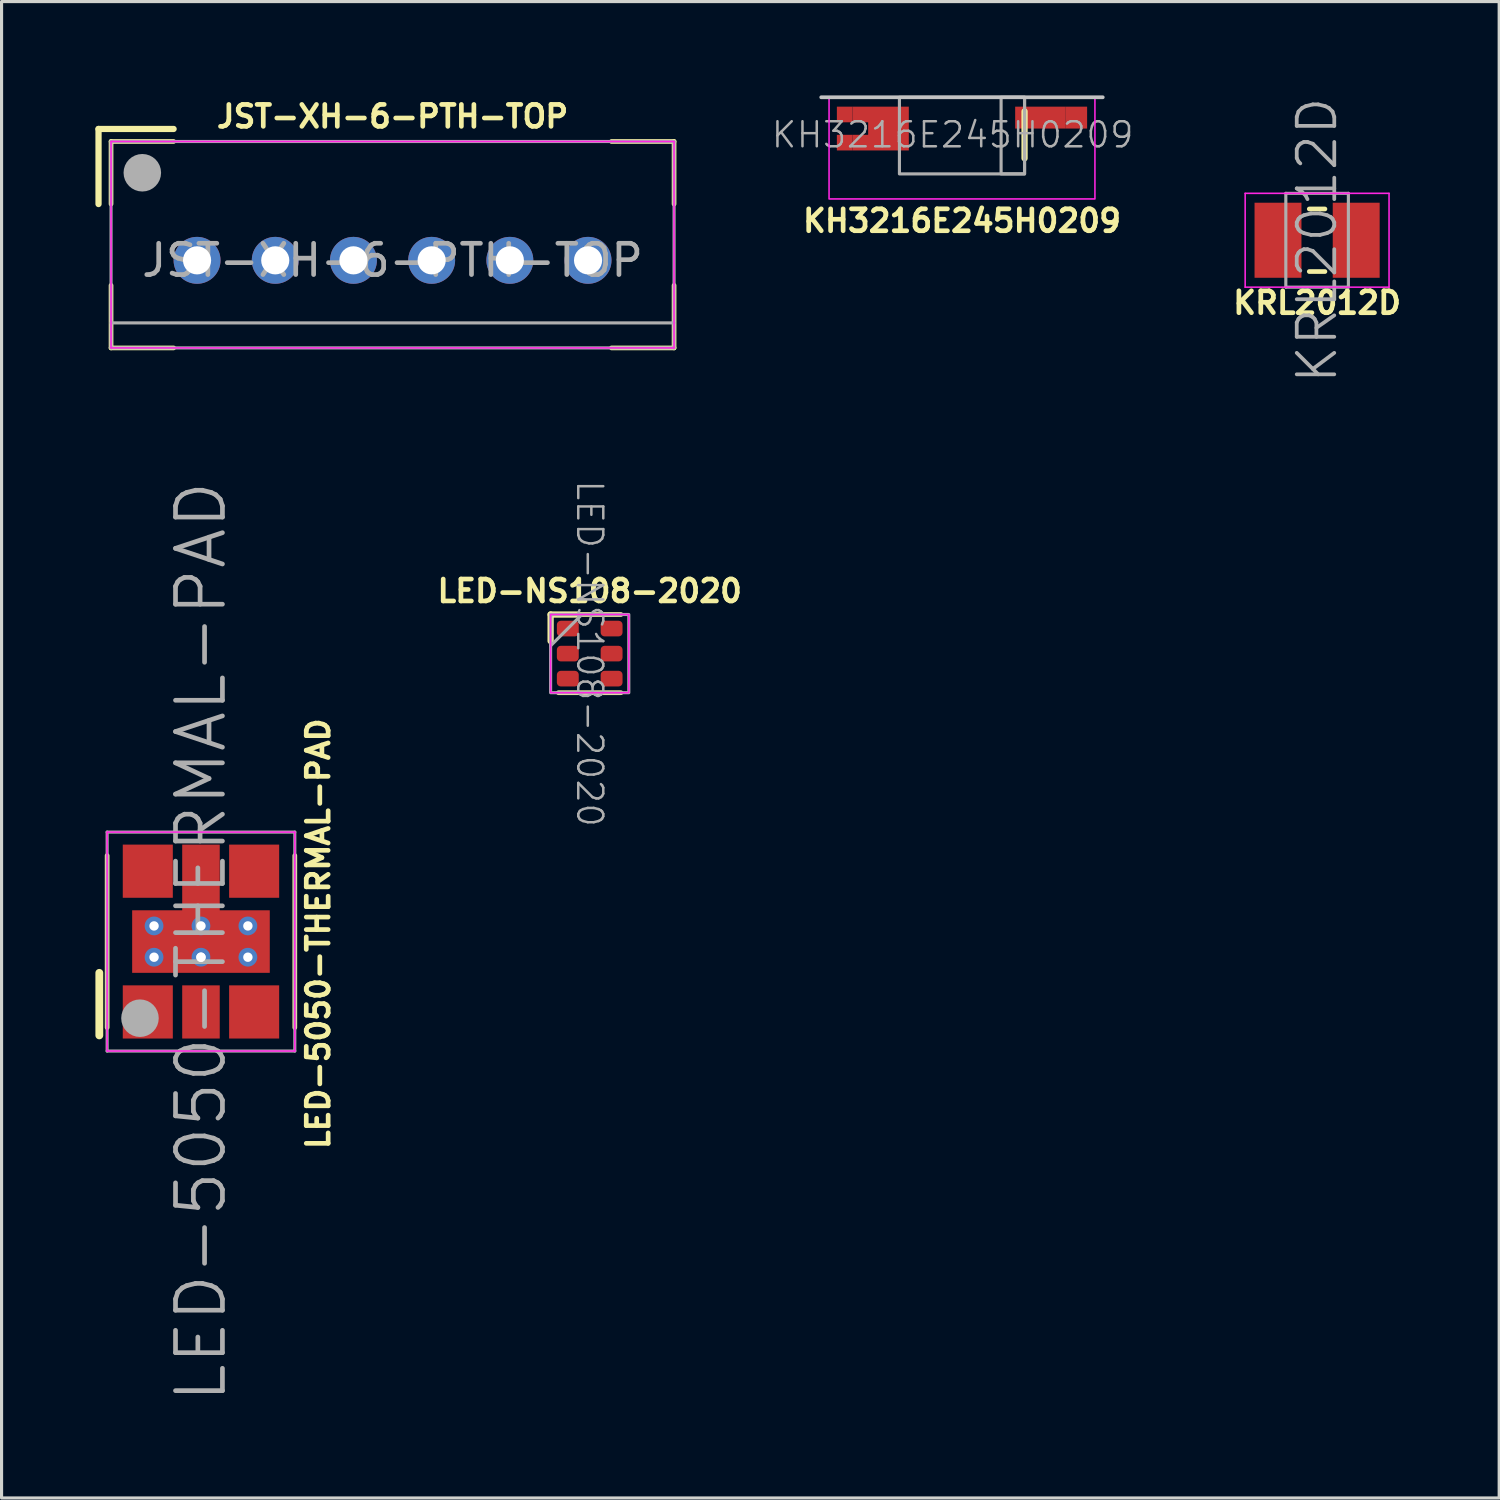
<source format=kicad_pcb>
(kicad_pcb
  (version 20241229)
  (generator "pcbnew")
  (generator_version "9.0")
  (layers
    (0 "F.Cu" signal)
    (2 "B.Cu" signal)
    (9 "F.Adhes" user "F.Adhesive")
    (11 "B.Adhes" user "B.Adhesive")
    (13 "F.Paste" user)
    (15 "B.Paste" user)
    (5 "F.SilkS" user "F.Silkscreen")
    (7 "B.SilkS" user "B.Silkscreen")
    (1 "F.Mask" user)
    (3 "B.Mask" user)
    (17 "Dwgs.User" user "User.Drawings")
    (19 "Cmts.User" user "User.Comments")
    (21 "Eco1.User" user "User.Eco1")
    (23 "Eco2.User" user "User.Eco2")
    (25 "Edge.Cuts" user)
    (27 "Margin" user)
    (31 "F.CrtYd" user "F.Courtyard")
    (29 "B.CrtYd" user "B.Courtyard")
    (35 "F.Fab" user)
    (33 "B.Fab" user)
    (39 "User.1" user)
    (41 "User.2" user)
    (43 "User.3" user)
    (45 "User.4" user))
  (footprint "KH3216E245H0209"
    (layer "F.Cu")
    (at 27.705 1.26)
    (property "Reference" "KH3216E245H0209" (at 0 2.75 0) (unlocked yes) (layer "F.SilkS") (effects (font (size 0.7 0.7) (thickness 0.15))))
    (attr smd)
    (fp_poly (pts (xy 3.3 -0.2) (xy 1.7 -0.2) (xy 1.7 -0.9) (xy 3.3 -0.9)) (stroke (width 0) (type solid)) (fill yes) (layer "F.Cu"))
    (fp_poly (pts (xy -1.7 0.5) (xy -3.5 0.5) (xy -3.5 0) (xy -3 0) (xy -3 -0.4) (xy -3.5 -0.4) (xy -3.5 -0.9) (xy -1.7 -0.9)) (stroke (width 0) (type solid)) (fill yes) (layer "F.Cu"))
    (fp_line (start 2 -0.75) (end 2 0.75) (stroke (width 0.2) (type solid)) (layer "F.SilkS"))
    (fp_line (start -4.5 -1.2) (end 4.5 -1.2) (stroke (width 0.12) (type solid)) (layer "Dwgs.User"))
    (fp_rect (start -4.25 -1.2) (end 4.25 2.05) (stroke (width 0.05) (type solid)) (fill no) (layer "F.CrtYd"))
    (fp_rect (start -2 -1.2) (end 2 1.25) (stroke (width 0.1) (type solid)) (fill no) (layer "F.Fab"))
    (fp_rect (start 2 -1.2) (end 1.25 1.25) (stroke (width 0.1) (type solid)) (fill no) (layer "F.Fab"))
    (fp_text user "${REFERENCE}" (at -0.3 0 0) (unlocked yes) (layer "F.Fab") (effects (font (size 0.8 0.8) (thickness 0.08))))
    (pad "" smd rect (at -1.45 0) (size 0.5 1.8) (layers "F.Mask" "F.Paste"))
    (pad "" smd rect (at 1.45 0) (size 0.5 1.8) (layers "F.Mask" "F.Paste"))
    (pad "ANT" smd rect (at -3.75 0.25) (size 0.5 0.5) (layers "F.Cu"))
    (pad "GND" smd rect (at -3.75 -0.65) (size 0.5 0.5) (layers "F.Cu"))
    (pad "GND" smd rect (at 3.65 -0.55) (size 0.7 0.7) (layers "F.Cu"))
    (zone (net_name "") (layers "F.Cu" "Dwgs.User") (hatch edge 0.508) (connect_pads) (min_thickness 0.254) (filled_areas_thickness no) (keepout (tracks not_allowed) (vias not_allowed) (pads not_allowed) (copperpour not_allowed) (footprints allowed)) (placement (enabled no)) (fill) (polygon (pts (xy 31.705 0.36) (xy 31.005 0.36) (xy 31.005 1.06) (xy 31.705 1.06) (xy 31.705 3.06) (xy 23.705 3.06) (xy 23.705 1.76) (xy 24.205 1.76) (xy 24.205 1.26) (xy 23.705 1.26) (xy 23.705 0.86) (xy 24.205 0.86) (xy 24.205 0.36) (xy 23.705 0.36) (xy 23.705 0.06) (xy 31.705 0.06))))
    (zone (net_name "") (layers "B.Cu" "Dwgs.User") (hatch edge 0.508) (connect_pads) (min_thickness 0.254) (filled_areas_thickness no) (keepout (tracks not_allowed) (vias not_allowed) (pads not_allowed) (copperpour not_allowed) (footprints not_allowed)) (placement (enabled no)) (fill) (polygon (pts (xy 31.705 0.36) (xy 31.705 1.06) (xy 31.705 3.06) (xy 23.705 3.06) (xy 23.705 1.76) (xy 23.705 1.26) (xy 23.705 0.86) (xy 23.705 0.36) (xy 23.705 0.06) (xy 31.705 0.06)))))
  (footprint "JST-XH-6-PTH-TOP"
    (layer "F.Cu")
    (at 9.5 5.273)
    (property "Reference" "JST-XH-6-PTH-TOP" (at 0 -4.6 0) (layer "F.SilkS") (effects (font (size 0.7 0.7) (thickness 0.15))))
    (attr through_hole)
    (fp_line (start -9.4 -4.2) (end -9.4 -1.8) (stroke (width 0.2) (type solid)) (layer "F.SilkS"))
    (fp_line (start -9.4 -4.2) (end -7 -4.2) (stroke (width 0.2) (type solid)) (layer "F.SilkS"))
    (fp_line (start -9 -3.8) (end -9 -1.8) (stroke (width 0.15) (type solid)) (layer "F.SilkS"))
    (fp_line (start -9 0.8) (end -9 2.8) (stroke (width 0.15) (type solid)) (layer "F.SilkS"))
    (fp_line (start -9 2.8) (end -7 2.8) (stroke (width 0.15) (type solid)) (layer "F.SilkS"))
    (fp_line (start -7 -3.8) (end -9 -3.8) (stroke (width 0.15) (type solid)) (layer "F.SilkS"))
    (fp_line (start 7 2.8) (end 9 2.8) (stroke (width 0.15) (type solid)) (layer "F.SilkS"))
    (fp_line (start 9 -3.8) (end 7 -3.8) (stroke (width 0.15) (type solid)) (layer "F.SilkS"))
    (fp_line (start 9 -1.8) (end 9 -3.8) (stroke (width 0.15) (type solid)) (layer "F.SilkS"))
    (fp_line (start 9 2.8) (end 9 0.8) (stroke (width 0.15) (type solid)) (layer "F.SilkS"))
    (fp_line (start -9 -3.8) (end 9 -3.8) (stroke (width 0.05) (type solid)) (layer "F.CrtYd"))
    (fp_line (start -9 2.8) (end -9 -3.8) (stroke (width 0.05) (type solid)) (layer "F.CrtYd"))
    (fp_line (start 9 -3.8) (end 9 2.8) (stroke (width 0.05) (type solid)) (layer "F.CrtYd"))
    (fp_line (start 9 2.8) (end -9 2.8) (stroke (width 0.05) (type solid)) (layer "F.CrtYd"))
    (fp_line (start -9 -3.8) (end 9 -3.8) (stroke (width 0.1) (type solid)) (layer "F.Fab"))
    (fp_line (start -9 2) (end 9 2) (stroke (width 0.1) (type solid)) (layer "F.Fab"))
    (fp_line (start -9 2.8) (end -9 -3.8) (stroke (width 0.1) (type solid)) (layer "F.Fab"))
    (fp_line (start 9 -3.8) (end 9 2.8) (stroke (width 0.1) (type solid)) (layer "F.Fab"))
    (fp_line (start 9 2.8) (end -9 2.8) (stroke (width 0.1) (type solid)) (layer "F.Fab"))
    (fp_circle (center -8 -2.8) (end -7.7 -2.8) (stroke (width 0.6) (type solid)) (fill no) (layer "F.Fab"))
    (fp_text user "${REFERENCE}" (at 0 0 0) (layer "F.Fab") (effects (font (size 1 1) (thickness 0.15))))
    (pad "1" thru_hole circle (at -6.25 0) (size 1.5 1.5) (drill 0.9) (layers "*.Cu" "*.Mask"))
    (pad "2" thru_hole circle (at -3.75 0) (size 1.5 1.5) (drill 0.9) (layers "*.Cu" "*.Mask"))
    (pad "3" thru_hole circle (at -1.25 0) (size 1.5 1.5) (drill 0.9) (layers "*.Cu" "*.Mask"))
    (pad "4" thru_hole circle (at 1.25 0) (size 1.5 1.5) (drill 0.9) (layers "*.Cu" "*.Mask"))
    (pad "5" thru_hole circle (at 3.75 0) (size 1.5 1.5) (drill 0.9) (layers "*.Cu" "*.Mask"))
    (pad "6" thru_hole circle (at 6.25 0) (size 1.5 1.5) (drill 0.9) (layers "*.Cu" "*.Mask")))
  (footprint "KRL2012D"
    (layer "F.Cu")
    (at 39.058 4.631)
    (property "Reference" "KRL2012D" (at 0 2 0) (layer "F.SilkS") (effects (font (size 0.7 0.7) (thickness 0.15))))
    (attr through_hole)
    (fp_line (start -0.25 -1) (end 0.25 -1) (stroke (width 0.15) (type solid)) (layer "F.SilkS"))
    (fp_line (start -0.25 1) (end 0.25 1) (stroke (width 0.15) (type solid)) (layer "F.SilkS"))
    (fp_line (start -2.3 -1.5) (end 2.3 -1.5) (stroke (width 0.05) (type solid)) (layer "F.CrtYd"))
    (fp_line (start -2.3 1.5) (end -2.3 -1.5) (stroke (width 0.05) (type solid)) (layer "F.CrtYd"))
    (fp_line (start 2.3 -1.5) (end 2.3 1.5) (stroke (width 0.05) (type solid)) (layer "F.CrtYd"))
    (fp_line (start 2.3 1.5) (end -2.3 1.5) (stroke (width 0.05) (type solid)) (layer "F.CrtYd"))
    (fp_line (start -1 -1.5) (end 1 -1.5) (stroke (width 0.1) (type solid)) (layer "F.Fab"))
    (fp_line (start -1 1.5) (end -1 -1.5) (stroke (width 0.1) (type solid)) (layer "F.Fab"))
    (fp_line (start 1 -1.5) (end 1 1.5) (stroke (width 0.1) (type solid)) (layer "F.Fab"))
    (fp_line (start 1 1.5) (end -1 1.5) (stroke (width 0.1) (type solid)) (layer "F.Fab"))
    (fp_text user "${REFERENCE}" (at 0 0 90) (layer "F.Fab") (effects (font (size 1.2 1.2) (thickness 0.12))))
    (pad "1" smd rect (at -1.25 0) (size 1.5 2.4) (layers "F.Cu" "F.Mask" "F.Paste"))
    (pad "2" smd rect (at 1.25 0) (size 1.5 2.4) (layers "F.Cu" "F.Mask" "F.Paste")))
  (footprint "LED-NS108-2020"
    (layer "F.Cu")
    (at 15.803 17.846)
    (property "Reference" "LED-NS108-2020" (at 0 -2 0) (unlocked yes) (layer "F.SilkS") (effects (font (size 0.7 0.7) (thickness 0.15) (bold yes))))
    (attr smd)
    (fp_line (start -1.25 -1.25) (end -0.4 -1.25) (stroke (width 0.2) (type default)) (layer "F.SilkS"))
    (fp_line (start -1.25 -0.4) (end -1.25 -1.25) (stroke (width 0.2) (type default)) (layer "F.SilkS"))
    (fp_line (start -1 -1.25) (end 1 -1.25) (stroke (width 0.15) (type default)) (layer "F.SilkS"))
    (fp_line (start -1 1.25) (end 1 1.25) (stroke (width 0.15) (type default)) (layer "F.SilkS"))
    (fp_rect (start -1.25 1.25) (end 1.25 -1.25) (stroke (width 0.05) (type default)) (fill no) (layer "F.CrtYd"))
    (fp_rect (start -1.25 -1.25) (end 1.25 1.25) (stroke (width 0.1) (type default)) (fill no) (layer "F.Fab"))
    (fp_poly (pts (xy -1.25 -1.25) (xy -1.25 -0.25) (xy -0.25 -1.25)) (stroke (width 0.1) (type solid)) (fill no) (layer "F.Fab"))
    (fp_text user "${REFERENCE}" (at 0 0 270) (unlocked yes) (layer "F.Fab") (effects (font (size 0.8 0.8) (thickness 0.08))))
    (pad "1" smd roundrect (at -0.7 -0.8) (size 0.7 0.5) (property pad_prop_heatsink) (layers "F.Cu" "F.Mask" "F.Paste") (roundrect_rratio 0.25))
    (pad "2" smd roundrect (at -0.7 0) (size 0.7 0.5) (property pad_prop_heatsink) (layers "F.Cu" "F.Mask" "F.Paste") (roundrect_rratio 0.25))
    (pad "3" smd roundrect (at -0.7 0.8) (size 0.7 0.5) (property pad_prop_heatsink) (layers "F.Cu" "F.Mask" "F.Paste") (roundrect_rratio 0.25))
    (pad "4" smd roundrect (at 0.7 -0.8) (size 0.7 0.5) (property pad_prop_heatsink) (layers "F.Cu" "F.Mask" "F.Paste") (roundrect_rratio 0.25))
    (pad "5" smd roundrect (at 0.7 0) (size 0.7 0.5) (property pad_prop_heatsink) (layers "F.Cu" "F.Mask" "F.Paste") (roundrect_rratio 0.25))
    (pad "6" smd roundrect (at 0.7 0.8) (size 0.7 0.5) (property pad_prop_heatsink) (layers "F.Cu" "F.Mask" "F.Paste") (roundrect_rratio 0.25)))
  (footprint "LED-5050-THERMAL-PAD"
    (layer "F.Cu")
    (at 3.375 27.052)
    (property "Reference" "LED-5050-THERMAL-PAD" (at 3.75 -0.25 90) (layer "F.SilkS") (effects (font (size 0.7 0.7) (thickness 0.15))))
    (attr through_hole)
    (fp_line (start -3.25 1) (end -3.25 3) (stroke (width 0.25) (type solid)) (layer "F.SilkS"))
    (fp_line (start -3 2.75) (end -3 -2.75) (stroke (width 0.15) (type solid)) (layer "F.SilkS"))
    (fp_line (start 3 2.75) (end 3 -2.75) (stroke (width 0.15) (type solid)) (layer "F.SilkS"))
    (fp_line (start -3 -3.5) (end 3 -3.5) (stroke (width 0.05) (type solid)) (layer "F.CrtYd"))
    (fp_line (start -3 3.5) (end -3 -3.5) (stroke (width 0.05) (type solid)) (layer "F.CrtYd"))
    (fp_line (start 3 -3.5) (end 3 3.5) (stroke (width 0.05) (type solid)) (layer "F.CrtYd"))
    (fp_line (start 3 3.5) (end -3 3.5) (stroke (width 0.05) (type solid)) (layer "F.CrtYd"))
    (fp_line (start -3 -3.5) (end 3 -3.5) (stroke (width 0.1) (type solid)) (layer "F.Fab"))
    (fp_line (start -3 3.5) (end -3 -3.5) (stroke (width 0.1) (type solid)) (layer "F.Fab"))
    (fp_line (start 3 -3.5) (end 3 3.5) (stroke (width 0.1) (type solid)) (layer "F.Fab"))
    (fp_line (start 3 3.5) (end -3 3.5) (stroke (width 0.1) (type solid)) (layer "F.Fab"))
    (fp_circle (center -1.95 2.45) (end -1.65 2.45) (stroke (width 0.6) (type solid)) (fill no) (layer "F.Fab"))
    (fp_text user "${REFERENCE}" (at 0 0 90) (layer "F.Fab") (effects (font (size 1.5 1.5) (thickness 0.15))))
    (pad "1" smd rect (at -1.7 2.25) (size 1.6 1.7) (layers "F.Cu" "F.Mask" "F.Paste"))
    (pad "2" smd rect (at 0 2.25) (size 1.2 1.7) (layers "F.Cu" "F.Mask" "F.Paste"))
    (pad "3" smd rect (at 1.7 2.25) (size 1.6 1.7) (layers "F.Cu" "F.Mask" "F.Paste"))
    (pad "4" smd rect (at 1.7 -2.25) (size 1.6 1.7) (layers "F.Cu" "F.Mask" "F.Paste"))
    (pad "5" thru_hole circle (at -1.5 -0.5) (size 0.6 0.6) (drill 0.3) (layers "*.Cu" "*.Mask"))
    (pad "5" thru_hole circle (at -1.5 0.5) (size 0.6 0.6) (drill 0.3) (layers "*.Cu" "*.Mask"))
    (pad "5" smd rect (at 0 -2) (size 1.2 2.2) (layers "F.Cu" "F.Mask" "F.Paste"))
    (pad "5" thru_hole circle (at 0 -0.5) (size 0.6 0.6) (drill 0.3) (layers "*.Cu" "*.Mask"))
    (pad "5" smd rect (at 0 0) (size 4.4 2) (layers "F.Cu" "F.Mask" "F.Paste"))
    (pad "5" thru_hole circle (at 0 0.5) (size 0.3 0.3) (drill 0.3) (layers "*.Cu" "*.Mask"))
    (pad "5" thru_hole circle (at 0 0.5) (size 0.6 0.6) (drill 0.3) (layers "*.Cu" "*.Mask"))
    (pad "5" thru_hole circle (at 1.5 -0.5) (size 0.6 0.6) (drill 0.3) (layers "*.Cu" "*.Mask"))
    (pad "5" thru_hole circle (at 1.5 0.5) (size 0.6 0.6) (drill 0.3) (layers "*.Cu" "*.Mask"))
    (pad "6" smd rect (at -1.7 -2.25) (size 1.6 1.7) (layers "F.Cu" "F.Mask" "F.Paste")))
  (gr_rect
    (start -3 -3)
    (end 44.879 44.841)
    (stroke (width 0.1) (type default))
    (fill no)
    (layer "Edge.Cuts")))
</source>
